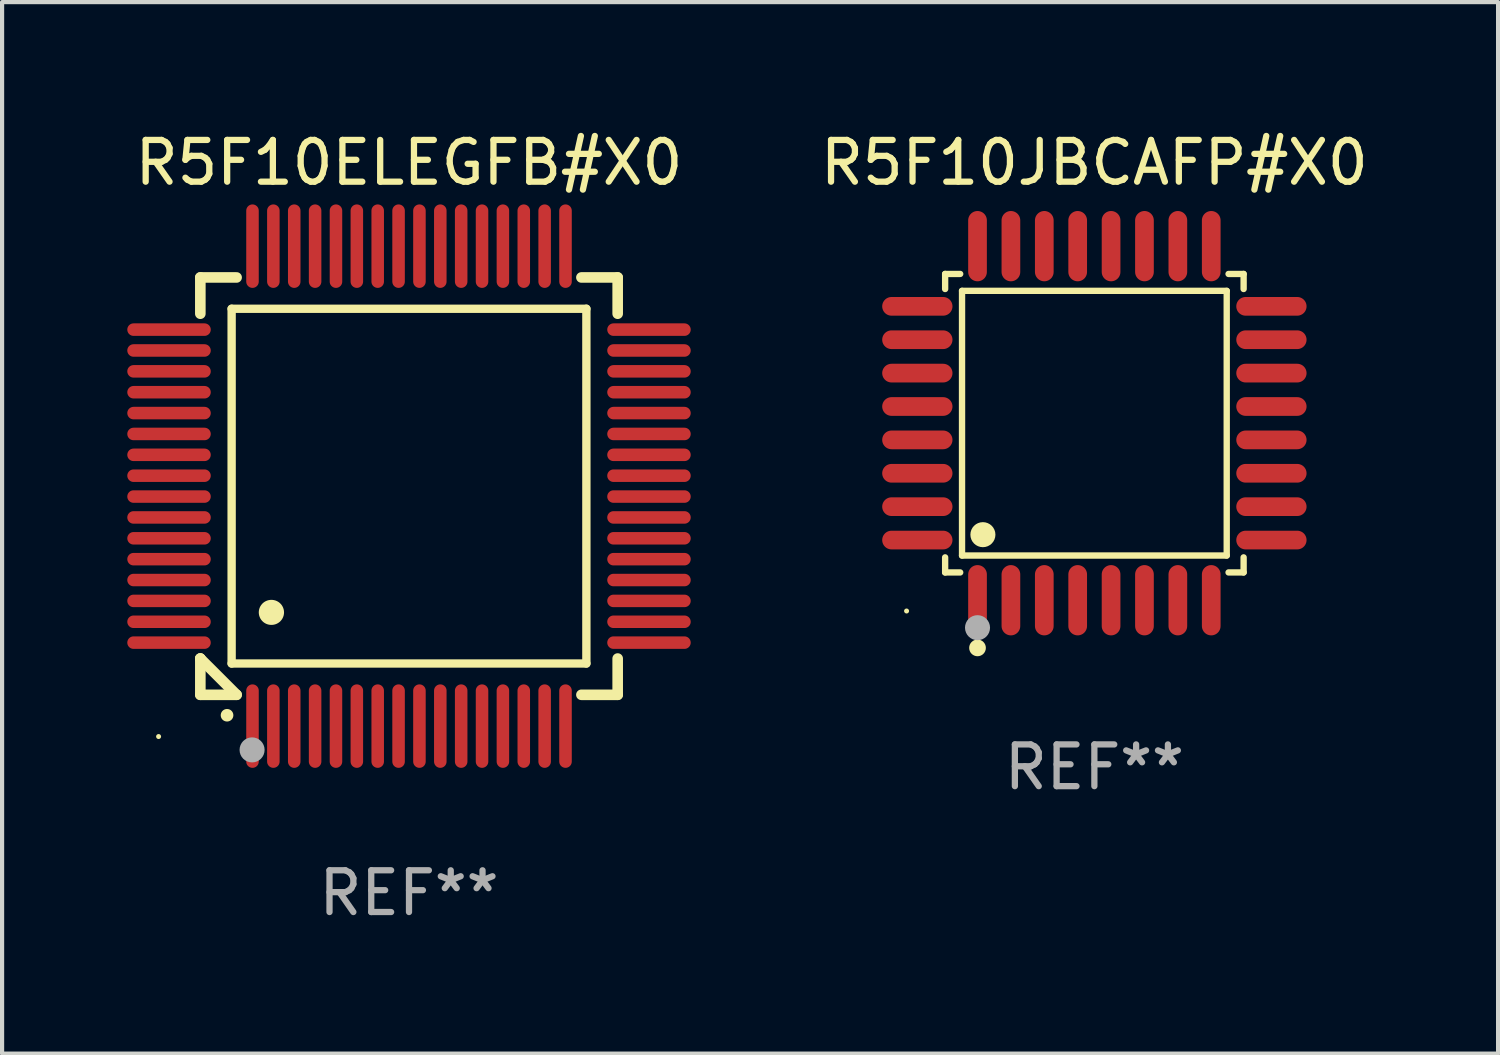
<source format=kicad_pcb>
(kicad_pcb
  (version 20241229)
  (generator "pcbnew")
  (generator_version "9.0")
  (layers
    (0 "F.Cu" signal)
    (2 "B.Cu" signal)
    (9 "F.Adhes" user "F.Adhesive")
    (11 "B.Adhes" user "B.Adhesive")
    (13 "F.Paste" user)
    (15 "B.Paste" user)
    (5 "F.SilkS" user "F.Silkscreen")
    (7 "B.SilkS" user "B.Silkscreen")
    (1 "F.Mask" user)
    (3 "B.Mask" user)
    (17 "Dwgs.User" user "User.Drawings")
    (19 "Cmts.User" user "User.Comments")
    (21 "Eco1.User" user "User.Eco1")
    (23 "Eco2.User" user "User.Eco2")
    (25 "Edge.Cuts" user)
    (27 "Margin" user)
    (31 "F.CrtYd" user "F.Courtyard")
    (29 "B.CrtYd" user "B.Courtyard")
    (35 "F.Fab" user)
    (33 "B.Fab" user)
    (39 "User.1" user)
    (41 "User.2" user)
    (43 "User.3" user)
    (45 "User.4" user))
  (footprint "R5F10JBCAFP#X0"
    (layer "F.Cu")
    (at 23.172 7.09)
    (property "Reference" "R5F10JBCAFP#X0" (at 0 -6.242 0) (layer "F.SilkS") (effects (font (size 1 1) (thickness 0.15))))
    (attr through_hole)
    (fp_line (start -3.576 -3.576) (end -3.215 -3.576) (stroke (width 0.152) (type solid)) (layer "F.SilkS"))
    (fp_line (start -3.576 -3.215) (end -3.576 -3.576) (stroke (width 0.152) (type solid)) (layer "F.SilkS"))
    (fp_line (start -3.576 3.215) (end -3.576 3.576) (stroke (width 0.152) (type solid)) (layer "F.SilkS"))
    (fp_line (start -3.576 3.576) (end -3.215 3.576) (stroke (width 0.152) (type solid)) (layer "F.SilkS"))
    (fp_line (start -3.171 -3.171) (end 3.171 -3.171) (stroke (width 0.152) (type solid)) (layer "F.SilkS"))
    (fp_line (start -3.171 3.171) (end -3.171 -3.171) (stroke (width 0.152) (type solid)) (layer "F.SilkS"))
    (fp_line (start 3.171 -3.171) (end 3.171 3.171) (stroke (width 0.152) (type solid)) (layer "F.SilkS"))
    (fp_line (start 3.171 3.171) (end -3.171 3.171) (stroke (width 0.152) (type solid)) (layer "F.SilkS"))
    (fp_line (start 3.576 -3.576) (end 3.215 -3.576) (stroke (width 0.152) (type solid)) (layer "F.SilkS"))
    (fp_line (start 3.576 -3.215) (end 3.576 -3.576) (stroke (width 0.152) (type solid)) (layer "F.SilkS"))
    (fp_line (start 3.576 3.215) (end 3.576 3.576) (stroke (width 0.152) (type solid)) (layer "F.SilkS"))
    (fp_line (start 3.576 3.576) (end 3.215 3.576) (stroke (width 0.152) (type solid)) (layer "F.SilkS"))
    (fp_circle (center -4.5 4.5) (end -4.47 4.5) (stroke (width 0.06) (type solid)) (fill no) (layer "F.SilkS"))
    (fp_circle (center -2.8 5.384) (end -2.7 5.384) (stroke (width 0.2) (type solid)) (fill no) (layer "F.SilkS"))
    (fp_circle (center -2.671 2.671) (end -2.521 2.671) (stroke (width 0.3) (type solid)) (fill no) (layer "F.SilkS"))
    (fp_circle (center -2.8 4.9) (end -2.65 4.9) (stroke (width 0.3) (type solid)) (fill no) (layer "F.Fab"))
    (fp_text user "REF**" (at 0 8.242 0) (layer "F.Fab") (effects (font (size 1 1) (thickness 0.15))))
    (pad "1" smd oval (at -2.8 4.242) (size 0.448 1.684) (layers "F.Cu" "F.Mask" "F.Paste"))
    (pad "2" smd oval (at -2 4.242) (size 0.448 1.684) (layers "F.Cu" "F.Mask" "F.Paste"))
    (pad "3" smd oval (at -1.2 4.242) (size 0.448 1.684) (layers "F.Cu" "F.Mask" "F.Paste"))
    (pad "4" smd oval (at -0.4 4.242) (size 0.448 1.684) (layers "F.Cu" "F.Mask" "F.Paste"))
    (pad "5" smd oval (at 0.4 4.242) (size 0.448 1.684) (layers "F.Cu" "F.Mask" "F.Paste"))
    (pad "6" smd oval (at 1.2 4.242) (size 0.448 1.684) (layers "F.Cu" "F.Mask" "F.Paste"))
    (pad "7" smd oval (at 2 4.242) (size 0.448 1.684) (layers "F.Cu" "F.Mask" "F.Paste"))
    (pad "8" smd oval (at 2.8 4.242) (size 0.448 1.684) (layers "F.Cu" "F.Mask" "F.Paste"))
    (pad "9" smd oval (at 4.242 2.8) (size 1.684 0.448) (layers "F.Cu" "F.Mask" "F.Paste"))
    (pad "10" smd oval (at 4.242 2) (size 1.684 0.448) (layers "F.Cu" "F.Mask" "F.Paste"))
    (pad "11" smd oval (at 4.242 1.2) (size 1.684 0.448) (layers "F.Cu" "F.Mask" "F.Paste"))
    (pad "12" smd oval (at 4.242 0.4) (size 1.684 0.448) (layers "F.Cu" "F.Mask" "F.Paste"))
    (pad "13" smd oval (at 4.242 -0.4) (size 1.684 0.448) (layers "F.Cu" "F.Mask" "F.Paste"))
    (pad "14" smd oval (at 4.242 -1.2) (size 1.684 0.448) (layers "F.Cu" "F.Mask" "F.Paste"))
    (pad "15" smd oval (at 4.242 -2) (size 1.684 0.448) (layers "F.Cu" "F.Mask" "F.Paste"))
    (pad "16" smd oval (at 4.242 -2.8) (size 1.684 0.448) (layers "F.Cu" "F.Mask" "F.Paste"))
    (pad "17" smd oval (at 2.8 -4.242) (size 0.448 1.684) (layers "F.Cu" "F.Mask" "F.Paste"))
    (pad "18" smd oval (at 2 -4.242) (size 0.448 1.684) (layers "F.Cu" "F.Mask" "F.Paste"))
    (pad "19" smd oval (at 1.2 -4.242) (size 0.448 1.684) (layers "F.Cu" "F.Mask" "F.Paste"))
    (pad "20" smd oval (at 0.4 -4.242) (size 0.448 1.684) (layers "F.Cu" "F.Mask" "F.Paste"))
    (pad "21" smd oval (at -0.4 -4.242) (size 0.448 1.684) (layers "F.Cu" "F.Mask" "F.Paste"))
    (pad "22" smd oval (at -1.2 -4.242) (size 0.448 1.684) (layers "F.Cu" "F.Mask" "F.Paste"))
    (pad "23" smd oval (at -2 -4.242) (size 0.448 1.684) (layers "F.Cu" "F.Mask" "F.Paste"))
    (pad "24" smd oval (at -2.8 -4.242) (size 0.448 1.684) (layers "F.Cu" "F.Mask" "F.Paste"))
    (pad "25" smd oval (at -4.242 -2.8) (size 1.684 0.448) (layers "F.Cu" "F.Mask" "F.Paste"))
    (pad "26" smd oval (at -4.242 -2) (size 1.684 0.448) (layers "F.Cu" "F.Mask" "F.Paste"))
    (pad "27" smd oval (at -4.242 -1.2) (size 1.684 0.448) (layers "F.Cu" "F.Mask" "F.Paste"))
    (pad "28" smd oval (at -4.242 -0.4) (size 1.684 0.448) (layers "F.Cu" "F.Mask" "F.Paste"))
    (pad "29" smd oval (at -4.242 0.4) (size 1.684 0.448) (layers "F.Cu" "F.Mask" "F.Paste"))
    (pad "30" smd oval (at -4.242 1.2) (size 1.684 0.448) (layers "F.Cu" "F.Mask" "F.Paste"))
    (pad "31" smd oval (at -4.242 2) (size 1.684 0.448) (layers "F.Cu" "F.Mask" "F.Paste"))
    (pad "32" smd oval (at -4.242 2.8) (size 1.684 0.448) (layers "F.Cu" "F.Mask" "F.Paste")))
  (footprint "R5F10ELEGFB#X0"
    (layer "F.Cu")
    (at 6.75 8.598)
    (property "Reference" "R5F10ELEGFB#X0" (at 0 -7.75 0) (layer "F.SilkS") (effects (font (size 1 1) (thickness 0.15))))
    (attr through_hole)
    (fp_line (start -5 -5) (end -4.131 -5) (stroke (width 0.254) (type solid)) (layer "F.SilkS"))
    (fp_line (start -5 -4.131) (end -5 -5) (stroke (width 0.254) (type solid)) (layer "F.SilkS"))
    (fp_line (start -5 4.131) (end -5 4.131) (stroke (width 0.254) (type solid)) (layer "F.SilkS"))
    (fp_line (start -5 5) (end -5 4.131) (stroke (width 0.254) (type solid)) (layer "F.SilkS"))
    (fp_line (start -5 4.131) (end -4.131 5) (stroke (width 0.254) (type solid)) (layer "F.SilkS"))
    (fp_line (start -4.25 -4.25) (end -4.25 4.25) (stroke (width 0.2) (type solid)) (layer "F.SilkS"))
    (fp_line (start -4.25 4.25) (end 4.25 4.25) (stroke (width 0.2) (type solid)) (layer "F.SilkS"))
    (fp_line (start -4.131 5) (end -5 5) (stroke (width 0.254) (type solid)) (layer "F.SilkS"))
    (fp_line (start 4.25 -4.25) (end -4.25 -4.25) (stroke (width 0.2) (type solid)) (layer "F.SilkS"))
    (fp_line (start 4.25 4.25) (end 4.25 -4.25) (stroke (width 0.2) (type solid)) (layer "F.SilkS"))
    (fp_line (start 5 -5) (end 4.131 -5) (stroke (width 0.254) (type solid)) (layer "F.SilkS"))
    (fp_line (start 5 -5) (end 5 -4.131) (stroke (width 0.254) (type solid)) (layer "F.SilkS"))
    (fp_line (start 5 4.131) (end 5 5) (stroke (width 0.254) (type solid)) (layer "F.SilkS"))
    (fp_line (start 5 5) (end 4.131 5) (stroke (width 0.254) (type solid)) (layer "F.SilkS"))
    (fp_arc (start -4.361265 5.489992) (mid -4.359995 5.489987) (end -4.358725 5.489992) (stroke (width 0.3) (type solid)) (layer "F.SilkS"))
    (fp_arc (start -3.299467 3.025146) (mid -3.296927 3.025135) (end -3.294387 3.025146) (stroke (width 0.6) (type solid)) (layer "F.SilkS"))
    (fp_circle (center -6 6) (end -5.97 6) (stroke (width 0.06) (type solid)) (fill no) (layer "F.SilkS"))
    (fp_circle (center -3.76 6.32) (end -3.61 6.32) (stroke (width 0.3) (type solid)) (fill no) (layer "F.Fab"))
    (fp_text user "REF**" (at 0 9.75 0) (layer "F.Fab") (effects (font (size 1 1) (thickness 0.15))))
    (pad "1" smd oval (at -3.75 5.75) (size 0.3 2) (layers "F.Cu" "F.Mask" "F.Paste"))
    (pad "2" smd oval (at -3.25 5.75) (size 0.3 2) (layers "F.Cu" "F.Mask" "F.Paste"))
    (pad "3" smd oval (at -2.75 5.75) (size 0.3 2) (layers "F.Cu" "F.Mask" "F.Paste"))
    (pad "4" smd oval (at -2.25 5.75) (size 0.3 2) (layers "F.Cu" "F.Mask" "F.Paste"))
    (pad "5" smd oval (at -1.75 5.75) (size 0.3 2) (layers "F.Cu" "F.Mask" "F.Paste"))
    (pad "6" smd oval (at -1.25 5.75) (size 0.3 2) (layers "F.Cu" "F.Mask" "F.Paste"))
    (pad "7" smd oval (at -0.75 5.75) (size 0.3 2) (layers "F.Cu" "F.Mask" "F.Paste"))
    (pad "8" smd oval (at -0.25 5.75) (size 0.3 2) (layers "F.Cu" "F.Mask" "F.Paste"))
    (pad "9" smd oval (at 0.25 5.75) (size 0.3 2) (layers "F.Cu" "F.Mask" "F.Paste"))
    (pad "10" smd oval (at 0.75 5.75) (size 0.3 2) (layers "F.Cu" "F.Mask" "F.Paste"))
    (pad "11" smd oval (at 1.25 5.75) (size 0.3 2) (layers "F.Cu" "F.Mask" "F.Paste"))
    (pad "12" smd oval (at 1.75 5.75) (size 0.3 2) (layers "F.Cu" "F.Mask" "F.Paste"))
    (pad "13" smd oval (at 2.25 5.75) (size 0.3 2) (layers "F.Cu" "F.Mask" "F.Paste"))
    (pad "14" smd oval (at 2.75 5.75) (size 0.3 2) (layers "F.Cu" "F.Mask" "F.Paste"))
    (pad "15" smd oval (at 3.25 5.75) (size 0.3 2) (layers "F.Cu" "F.Mask" "F.Paste"))
    (pad "16" smd oval (at 3.75 5.75) (size 0.3 2) (layers "F.Cu" "F.Mask" "F.Paste"))
    (pad "17" smd oval (at 5.75 3.75) (size 2 0.3) (layers "F.Cu" "F.Mask" "F.Paste"))
    (pad "18" smd oval (at 5.75 3.25) (size 2 0.3) (layers "F.Cu" "F.Mask" "F.Paste"))
    (pad "19" smd oval (at 5.75 2.75) (size 2 0.3) (layers "F.Cu" "F.Mask" "F.Paste"))
    (pad "20" smd oval (at 5.75 2.25) (size 2 0.3) (layers "F.Cu" "F.Mask" "F.Paste"))
    (pad "21" smd oval (at 5.75 1.75) (size 2 0.3) (layers "F.Cu" "F.Mask" "F.Paste"))
    (pad "22" smd oval (at 5.75 1.25) (size 2 0.3) (layers "F.Cu" "F.Mask" "F.Paste"))
    (pad "23" smd oval (at 5.75 0.75) (size 2 0.3) (layers "F.Cu" "F.Mask" "F.Paste"))
    (pad "24" smd oval (at 5.75 0.25) (size 2 0.3) (layers "F.Cu" "F.Mask" "F.Paste"))
    (pad "25" smd oval (at 5.75 -0.25) (size 2 0.3) (layers "F.Cu" "F.Mask" "F.Paste"))
    (pad "26" smd oval (at 5.75 -0.75) (size 2 0.3) (layers "F.Cu" "F.Mask" "F.Paste"))
    (pad "27" smd oval (at 5.75 -1.25) (size 2 0.3) (layers "F.Cu" "F.Mask" "F.Paste"))
    (pad "28" smd oval (at 5.75 -1.75) (size 2 0.3) (layers "F.Cu" "F.Mask" "F.Paste"))
    (pad "29" smd oval (at 5.75 -2.25) (size 2 0.3) (layers "F.Cu" "F.Mask" "F.Paste"))
    (pad "30" smd oval (at 5.75 -2.75) (size 2 0.3) (layers "F.Cu" "F.Mask" "F.Paste"))
    (pad "31" smd oval (at 5.75 -3.25) (size 2 0.3) (layers "F.Cu" "F.Mask" "F.Paste"))
    (pad "32" smd oval (at 5.75 -3.75) (size 2 0.3) (layers "F.Cu" "F.Mask" "F.Paste"))
    (pad "33" smd oval (at 3.75 -5.75) (size 0.3 2) (layers "F.Cu" "F.Mask" "F.Paste"))
    (pad "34" smd oval (at 3.25 -5.75) (size 0.3 2) (layers "F.Cu" "F.Mask" "F.Paste"))
    (pad "35" smd oval (at 2.75 -5.75) (size 0.3 2) (layers "F.Cu" "F.Mask" "F.Paste"))
    (pad "36" smd oval (at 2.25 -5.75) (size 0.3 2) (layers "F.Cu" "F.Mask" "F.Paste"))
    (pad "37" smd oval (at 1.75 -5.75) (size 0.3 2) (layers "F.Cu" "F.Mask" "F.Paste"))
    (pad "38" smd oval (at 1.25 -5.75) (size 0.3 2) (layers "F.Cu" "F.Mask" "F.Paste"))
    (pad "39" smd oval (at 0.75 -5.75) (size 0.3 2) (layers "F.Cu" "F.Mask" "F.Paste"))
    (pad "40" smd oval (at 0.25 -5.75) (size 0.3 2) (layers "F.Cu" "F.Mask" "F.Paste"))
    (pad "41" smd oval (at -0.25 -5.75) (size 0.3 2) (layers "F.Cu" "F.Mask" "F.Paste"))
    (pad "42" smd oval (at -0.75 -5.75) (size 0.3 2) (layers "F.Cu" "F.Mask" "F.Paste"))
    (pad "43" smd oval (at -1.25 -5.75) (size 0.3 2) (layers "F.Cu" "F.Mask" "F.Paste"))
    (pad "44" smd oval (at -1.75 -5.75) (size 0.3 2) (layers "F.Cu" "F.Mask" "F.Paste"))
    (pad "45" smd oval (at -2.25 -5.75) (size 0.3 2) (layers "F.Cu" "F.Mask" "F.Paste"))
    (pad "46" smd oval (at -2.75 -5.75) (size 0.3 2) (layers "F.Cu" "F.Mask" "F.Paste"))
    (pad "47" smd oval (at -3.25 -5.75) (size 0.3 2) (layers "F.Cu" "F.Mask" "F.Paste"))
    (pad "48" smd oval (at -3.75 -5.75) (size 0.3 2) (layers "F.Cu" "F.Mask" "F.Paste"))
    (pad "49" smd oval (at -5.75 -3.75) (size 2 0.3) (layers "F.Cu" "F.Mask" "F.Paste"))
    (pad "50" smd oval (at -5.75 -3.25) (size 2 0.3) (layers "F.Cu" "F.Mask" "F.Paste"))
    (pad "51" smd oval (at -5.75 -2.75) (size 2 0.3) (layers "F.Cu" "F.Mask" "F.Paste"))
    (pad "52" smd oval (at -5.75 -2.25) (size 2 0.3) (layers "F.Cu" "F.Mask" "F.Paste"))
    (pad "53" smd oval (at -5.75 -1.75) (size 2 0.3) (layers "F.Cu" "F.Mask" "F.Paste"))
    (pad "54" smd oval (at -5.75 -1.25) (size 2 0.3) (layers "F.Cu" "F.Mask" "F.Paste"))
    (pad "55" smd oval (at -5.75 -0.75) (size 2 0.3) (layers "F.Cu" "F.Mask" "F.Paste"))
    (pad "56" smd oval (at -5.75 -0.25) (size 2 0.3) (layers "F.Cu" "F.Mask" "F.Paste"))
    (pad "57" smd oval (at -5.75 0.25) (size 2 0.3) (layers "F.Cu" "F.Mask" "F.Paste"))
    (pad "58" smd oval (at -5.75 0.75) (size 2 0.3) (layers "F.Cu" "F.Mask" "F.Paste"))
    (pad "59" smd oval (at -5.75 1.25) (size 2 0.3) (layers "F.Cu" "F.Mask" "F.Paste"))
    (pad "60" smd oval (at -5.75 1.75) (size 2 0.3) (layers "F.Cu" "F.Mask" "F.Paste"))
    (pad "61" smd oval (at -5.75 2.25) (size 2 0.3) (layers "F.Cu" "F.Mask" "F.Paste"))
    (pad "62" smd oval (at -5.75 2.75) (size 2 0.3) (layers "F.Cu" "F.Mask" "F.Paste"))
    (pad "63" smd oval (at -5.75 3.25) (size 2 0.3) (layers "F.Cu" "F.Mask" "F.Paste"))
    (pad "64" smd oval (at -5.75 3.75) (size 2 0.3) (layers "F.Cu" "F.Mask" "F.Paste")))
  (gr_rect
    (start -3 -3)
    (end 32.845 22.196)
    (stroke (width 0.1) (type default))
    (fill no)
    (layer "Edge.Cuts")))
</source>
